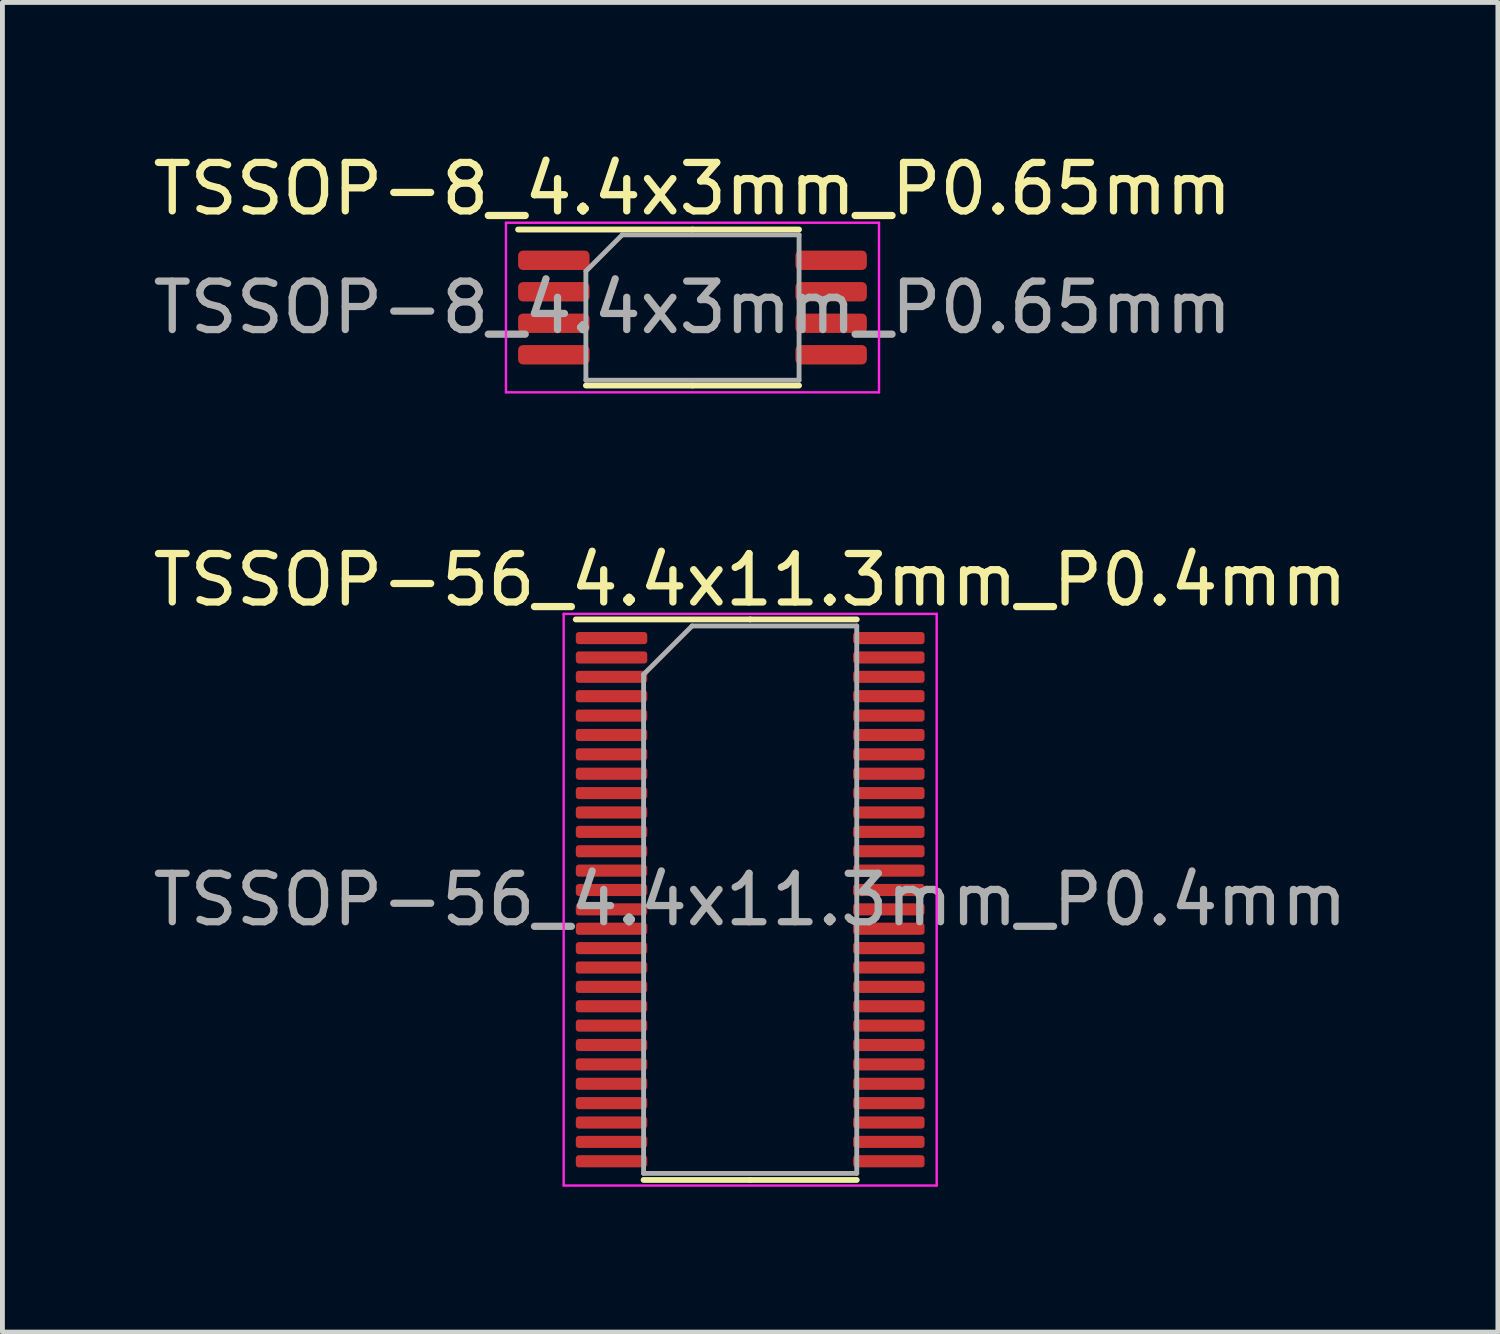
<source format=kicad_pcb>
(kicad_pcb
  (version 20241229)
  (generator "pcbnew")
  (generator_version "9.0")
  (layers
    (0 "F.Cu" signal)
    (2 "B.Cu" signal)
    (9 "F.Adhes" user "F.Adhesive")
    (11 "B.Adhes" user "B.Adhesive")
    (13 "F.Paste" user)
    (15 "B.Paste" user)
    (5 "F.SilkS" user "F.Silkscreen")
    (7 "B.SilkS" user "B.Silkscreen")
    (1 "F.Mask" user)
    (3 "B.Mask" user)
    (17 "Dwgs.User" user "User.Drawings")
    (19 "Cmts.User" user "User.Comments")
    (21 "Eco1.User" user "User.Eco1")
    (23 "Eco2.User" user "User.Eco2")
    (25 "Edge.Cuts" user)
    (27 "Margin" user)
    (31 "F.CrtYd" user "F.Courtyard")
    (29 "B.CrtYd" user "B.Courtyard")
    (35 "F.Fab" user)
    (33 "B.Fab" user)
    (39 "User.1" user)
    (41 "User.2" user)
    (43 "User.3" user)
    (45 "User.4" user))
  (footprint "TSSOP-56_4.4x11.3mm_P0.4mm"
    (layer "F.Cu")
    (at 12.435 15.521)
    (property "Reference" "TSSOP-56_4.4x11.3mm_P0.4mm" (at 0 -6.6 0) (layer "F.SilkS") (effects (font (size 1 1) (thickness 0.15))))
    (attr smd)
    (fp_line (start 0 -5.785) (end -3.6 -5.785) (stroke (width 0.12) (type solid)) (layer "F.SilkS"))
    (fp_line (start 0 -5.785) (end 2.2 -5.785) (stroke (width 0.12) (type solid)) (layer "F.SilkS"))
    (fp_line (start 0 5.785) (end -2.2 5.785) (stroke (width 0.12) (type solid)) (layer "F.SilkS"))
    (fp_line (start 0 5.785) (end 2.2 5.785) (stroke (width 0.12) (type solid)) (layer "F.SilkS"))
    (fp_line (start -3.85 -5.9) (end -3.85 5.9) (stroke (width 0.05) (type solid)) (layer "F.CrtYd"))
    (fp_line (start -3.85 5.9) (end 3.85 5.9) (stroke (width 0.05) (type solid)) (layer "F.CrtYd"))
    (fp_line (start 3.85 -5.9) (end -3.85 -5.9) (stroke (width 0.05) (type solid)) (layer "F.CrtYd"))
    (fp_line (start 3.85 5.9) (end 3.85 -5.9) (stroke (width 0.05) (type solid)) (layer "F.CrtYd"))
    (fp_line (start -2.2 -4.65) (end -1.2 -5.65) (stroke (width 0.1) (type solid)) (layer "F.Fab"))
    (fp_line (start -2.2 5.65) (end -2.2 -4.65) (stroke (width 0.1) (type solid)) (layer "F.Fab"))
    (fp_line (start -1.2 -5.65) (end 2.2 -5.65) (stroke (width 0.1) (type solid)) (layer "F.Fab"))
    (fp_line (start 2.2 -5.65) (end 2.2 5.65) (stroke (width 0.1) (type solid)) (layer "F.Fab"))
    (fp_line (start 2.2 5.65) (end -2.2 5.65) (stroke (width 0.1) (type solid)) (layer "F.Fab"))
    (fp_text user "${REFERENCE}" (at 0 0 0) (layer "F.Fab") (effects (font (size 1 1) (thickness 0.15))))
    (pad "1" smd roundrect (at -2.862 -5.4) (size 1.475 0.25) (layers "F.Cu" "F.Mask" "F.Paste") (roundrect_rratio 0.25))
    (pad "2" smd roundrect (at -2.862 -5) (size 1.475 0.25) (layers "F.Cu" "F.Mask" "F.Paste") (roundrect_rratio 0.25))
    (pad "3" smd roundrect (at -2.862 -4.6) (size 1.475 0.25) (layers "F.Cu" "F.Mask" "F.Paste") (roundrect_rratio 0.25))
    (pad "4" smd roundrect (at -2.862 -4.2) (size 1.475 0.25) (layers "F.Cu" "F.Mask" "F.Paste") (roundrect_rratio 0.25))
    (pad "5" smd roundrect (at -2.862 -3.8) (size 1.475 0.25) (layers "F.Cu" "F.Mask" "F.Paste") (roundrect_rratio 0.25))
    (pad "6" smd roundrect (at -2.862 -3.4) (size 1.475 0.25) (layers "F.Cu" "F.Mask" "F.Paste") (roundrect_rratio 0.25))
    (pad "7" smd roundrect (at -2.862 -3) (size 1.475 0.25) (layers "F.Cu" "F.Mask" "F.Paste") (roundrect_rratio 0.25))
    (pad "8" smd roundrect (at -2.862 -2.6) (size 1.475 0.25) (layers "F.Cu" "F.Mask" "F.Paste") (roundrect_rratio 0.25))
    (pad "9" smd roundrect (at -2.862 -2.2) (size 1.475 0.25) (layers "F.Cu" "F.Mask" "F.Paste") (roundrect_rratio 0.25))
    (pad "10" smd roundrect (at -2.862 -1.8) (size 1.475 0.25) (layers "F.Cu" "F.Mask" "F.Paste") (roundrect_rratio 0.25))
    (pad "11" smd roundrect (at -2.862 -1.4) (size 1.475 0.25) (layers "F.Cu" "F.Mask" "F.Paste") (roundrect_rratio 0.25))
    (pad "12" smd roundrect (at -2.862 -1) (size 1.475 0.25) (layers "F.Cu" "F.Mask" "F.Paste") (roundrect_rratio 0.25))
    (pad "13" smd roundrect (at -2.862 -0.6) (size 1.475 0.25) (layers "F.Cu" "F.Mask" "F.Paste") (roundrect_rratio 0.25))
    (pad "14" smd roundrect (at -2.862 -0.2) (size 1.475 0.25) (layers "F.Cu" "F.Mask" "F.Paste") (roundrect_rratio 0.25))
    (pad "15" smd roundrect (at -2.862 0.2) (size 1.475 0.25) (layers "F.Cu" "F.Mask" "F.Paste") (roundrect_rratio 0.25))
    (pad "16" smd roundrect (at -2.862 0.6) (size 1.475 0.25) (layers "F.Cu" "F.Mask" "F.Paste") (roundrect_rratio 0.25))
    (pad "17" smd roundrect (at -2.862 1) (size 1.475 0.25) (layers "F.Cu" "F.Mask" "F.Paste") (roundrect_rratio 0.25))
    (pad "18" smd roundrect (at -2.862 1.4) (size 1.475 0.25) (layers "F.Cu" "F.Mask" "F.Paste") (roundrect_rratio 0.25))
    (pad "19" smd roundrect (at -2.862 1.8) (size 1.475 0.25) (layers "F.Cu" "F.Mask" "F.Paste") (roundrect_rratio 0.25))
    (pad "20" smd roundrect (at -2.862 2.2) (size 1.475 0.25) (layers "F.Cu" "F.Mask" "F.Paste") (roundrect_rratio 0.25))
    (pad "21" smd roundrect (at -2.862 2.6) (size 1.475 0.25) (layers "F.Cu" "F.Mask" "F.Paste") (roundrect_rratio 0.25))
    (pad "22" smd roundrect (at -2.862 3) (size 1.475 0.25) (layers "F.Cu" "F.Mask" "F.Paste") (roundrect_rratio 0.25))
    (pad "23" smd roundrect (at -2.862 3.4) (size 1.475 0.25) (layers "F.Cu" "F.Mask" "F.Paste") (roundrect_rratio 0.25))
    (pad "24" smd roundrect (at -2.862 3.8) (size 1.475 0.25) (layers "F.Cu" "F.Mask" "F.Paste") (roundrect_rratio 0.25))
    (pad "25" smd roundrect (at -2.862 4.2) (size 1.475 0.25) (layers "F.Cu" "F.Mask" "F.Paste") (roundrect_rratio 0.25))
    (pad "26" smd roundrect (at -2.862 4.6) (size 1.475 0.25) (layers "F.Cu" "F.Mask" "F.Paste") (roundrect_rratio 0.25))
    (pad "27" smd roundrect (at -2.862 5) (size 1.475 0.25) (layers "F.Cu" "F.Mask" "F.Paste") (roundrect_rratio 0.25))
    (pad "28" smd roundrect (at -2.862 5.4) (size 1.475 0.25) (layers "F.Cu" "F.Mask" "F.Paste") (roundrect_rratio 0.25))
    (pad "29" smd roundrect (at 2.862 5.4) (size 1.475 0.25) (layers "F.Cu" "F.Mask" "F.Paste") (roundrect_rratio 0.25))
    (pad "30" smd roundrect (at 2.862 5) (size 1.475 0.25) (layers "F.Cu" "F.Mask" "F.Paste") (roundrect_rratio 0.25))
    (pad "31" smd roundrect (at 2.862 4.6) (size 1.475 0.25) (layers "F.Cu" "F.Mask" "F.Paste") (roundrect_rratio 0.25))
    (pad "32" smd roundrect (at 2.862 4.2) (size 1.475 0.25) (layers "F.Cu" "F.Mask" "F.Paste") (roundrect_rratio 0.25))
    (pad "33" smd roundrect (at 2.862 3.8) (size 1.475 0.25) (layers "F.Cu" "F.Mask" "F.Paste") (roundrect_rratio 0.25))
    (pad "34" smd roundrect (at 2.862 3.4) (size 1.475 0.25) (layers "F.Cu" "F.Mask" "F.Paste") (roundrect_rratio 0.25))
    (pad "35" smd roundrect (at 2.862 3) (size 1.475 0.25) (layers "F.Cu" "F.Mask" "F.Paste") (roundrect_rratio 0.25))
    (pad "36" smd roundrect (at 2.862 2.6) (size 1.475 0.25) (layers "F.Cu" "F.Mask" "F.Paste") (roundrect_rratio 0.25))
    (pad "37" smd roundrect (at 2.862 2.2) (size 1.475 0.25) (layers "F.Cu" "F.Mask" "F.Paste") (roundrect_rratio 0.25))
    (pad "38" smd roundrect (at 2.862 1.8) (size 1.475 0.25) (layers "F.Cu" "F.Mask" "F.Paste") (roundrect_rratio 0.25))
    (pad "39" smd roundrect (at 2.862 1.4) (size 1.475 0.25) (layers "F.Cu" "F.Mask" "F.Paste") (roundrect_rratio 0.25))
    (pad "40" smd roundrect (at 2.862 1) (size 1.475 0.25) (layers "F.Cu" "F.Mask" "F.Paste") (roundrect_rratio 0.25))
    (pad "41" smd roundrect (at 2.862 0.6) (size 1.475 0.25) (layers "F.Cu" "F.Mask" "F.Paste") (roundrect_rratio 0.25))
    (pad "42" smd roundrect (at 2.862 0.2) (size 1.475 0.25) (layers "F.Cu" "F.Mask" "F.Paste") (roundrect_rratio 0.25))
    (pad "43" smd roundrect (at 2.862 -0.2) (size 1.475 0.25) (layers "F.Cu" "F.Mask" "F.Paste") (roundrect_rratio 0.25))
    (pad "44" smd roundrect (at 2.862 -0.6) (size 1.475 0.25) (layers "F.Cu" "F.Mask" "F.Paste") (roundrect_rratio 0.25))
    (pad "45" smd roundrect (at 2.862 -1) (size 1.475 0.25) (layers "F.Cu" "F.Mask" "F.Paste") (roundrect_rratio 0.25))
    (pad "46" smd roundrect (at 2.862 -1.4) (size 1.475 0.25) (layers "F.Cu" "F.Mask" "F.Paste") (roundrect_rratio 0.25))
    (pad "47" smd roundrect (at 2.862 -1.8) (size 1.475 0.25) (layers "F.Cu" "F.Mask" "F.Paste") (roundrect_rratio 0.25))
    (pad "48" smd roundrect (at 2.862 -2.2) (size 1.475 0.25) (layers "F.Cu" "F.Mask" "F.Paste") (roundrect_rratio 0.25))
    (pad "49" smd roundrect (at 2.862 -2.6) (size 1.475 0.25) (layers "F.Cu" "F.Mask" "F.Paste") (roundrect_rratio 0.25))
    (pad "50" smd roundrect (at 2.862 -3) (size 1.475 0.25) (layers "F.Cu" "F.Mask" "F.Paste") (roundrect_rratio 0.25))
    (pad "51" smd roundrect (at 2.862 -3.4) (size 1.475 0.25) (layers "F.Cu" "F.Mask" "F.Paste") (roundrect_rratio 0.25))
    (pad "52" smd roundrect (at 2.862 -3.8) (size 1.475 0.25) (layers "F.Cu" "F.Mask" "F.Paste") (roundrect_rratio 0.25))
    (pad "53" smd roundrect (at 2.862 -4.2) (size 1.475 0.25) (layers "F.Cu" "F.Mask" "F.Paste") (roundrect_rratio 0.25))
    (pad "54" smd roundrect (at 2.862 -4.6) (size 1.475 0.25) (layers "F.Cu" "F.Mask" "F.Paste") (roundrect_rratio 0.25))
    (pad "55" smd roundrect (at 2.862 -5) (size 1.475 0.25) (layers "F.Cu" "F.Mask" "F.Paste") (roundrect_rratio 0.25))
    (pad "56" smd roundrect (at 2.862 -5.4) (size 1.475 0.25) (layers "F.Cu" "F.Mask" "F.Paste") (roundrect_rratio 0.25)))
  (footprint "TSSOP-8_4.4x3mm_P0.65mm"
    (layer "F.Cu")
    (at 11.244 3.298)
    (property "Reference" "TSSOP-8_4.4x3mm_P0.65mm" (at 0 -2.45 0) (layer "F.SilkS") (effects (font (size 1 1) (thickness 0.15))))
    (attr smd)
    (fp_line (start 0 -1.61) (end -3.6 -1.61) (stroke (width 0.12) (type solid)) (layer "F.SilkS"))
    (fp_line (start 0 -1.61) (end 2.2 -1.61) (stroke (width 0.12) (type solid)) (layer "F.SilkS"))
    (fp_line (start 0 1.61) (end -2.2 1.61) (stroke (width 0.12) (type solid)) (layer "F.SilkS"))
    (fp_line (start 0 1.61) (end 2.2 1.61) (stroke (width 0.12) (type solid)) (layer "F.SilkS"))
    (fp_line (start -3.85 -1.75) (end -3.85 1.75) (stroke (width 0.05) (type solid)) (layer "F.CrtYd"))
    (fp_line (start -3.85 1.75) (end 3.85 1.75) (stroke (width 0.05) (type solid)) (layer "F.CrtYd"))
    (fp_line (start 3.85 -1.75) (end -3.85 -1.75) (stroke (width 0.05) (type solid)) (layer "F.CrtYd"))
    (fp_line (start 3.85 1.75) (end 3.85 -1.75) (stroke (width 0.05) (type solid)) (layer "F.CrtYd"))
    (fp_line (start -2.2 -0.75) (end -1.45 -1.5) (stroke (width 0.1) (type solid)) (layer "F.Fab"))
    (fp_line (start -2.2 1.5) (end -2.2 -0.75) (stroke (width 0.1) (type solid)) (layer "F.Fab"))
    (fp_line (start -1.45 -1.5) (end 2.2 -1.5) (stroke (width 0.1) (type solid)) (layer "F.Fab"))
    (fp_line (start 2.2 -1.5) (end 2.2 1.5) (stroke (width 0.1) (type solid)) (layer "F.Fab"))
    (fp_line (start 2.2 1.5) (end -2.2 1.5) (stroke (width 0.1) (type solid)) (layer "F.Fab"))
    (fp_text user "${REFERENCE}" (at 0 0 0) (layer "F.Fab") (effects (font (size 1 1) (thickness 0.15))))
    (pad "1" smd roundrect (at -2.862 -0.975) (size 1.475 0.4) (layers "F.Cu" "F.Mask" "F.Paste") (roundrect_rratio 0.25))
    (pad "2" smd roundrect (at -2.862 -0.325) (size 1.475 0.4) (layers "F.Cu" "F.Mask" "F.Paste") (roundrect_rratio 0.25))
    (pad "3" smd roundrect (at -2.862 0.325) (size 1.475 0.4) (layers "F.Cu" "F.Mask" "F.Paste") (roundrect_rratio 0.25))
    (pad "4" smd roundrect (at -2.862 0.975) (size 1.475 0.4) (layers "F.Cu" "F.Mask" "F.Paste") (roundrect_rratio 0.25))
    (pad "5" smd roundrect (at 2.862 0.975) (size 1.475 0.4) (layers "F.Cu" "F.Mask" "F.Paste") (roundrect_rratio 0.25))
    (pad "6" smd roundrect (at 2.862 0.325) (size 1.475 0.4) (layers "F.Cu" "F.Mask" "F.Paste") (roundrect_rratio 0.25))
    (pad "7" smd roundrect (at 2.862 -0.325) (size 1.475 0.4) (layers "F.Cu" "F.Mask" "F.Paste") (roundrect_rratio 0.25))
    (pad "8" smd roundrect (at 2.862 -0.975) (size 1.475 0.4) (layers "F.Cu" "F.Mask" "F.Paste") (roundrect_rratio 0.25)))
  (gr_rect
    (start -3 -3)
    (end 27.869 24.447)
    (stroke (width 0.1) (type default))
    (fill no)
    (layer "Edge.Cuts")))
</source>
